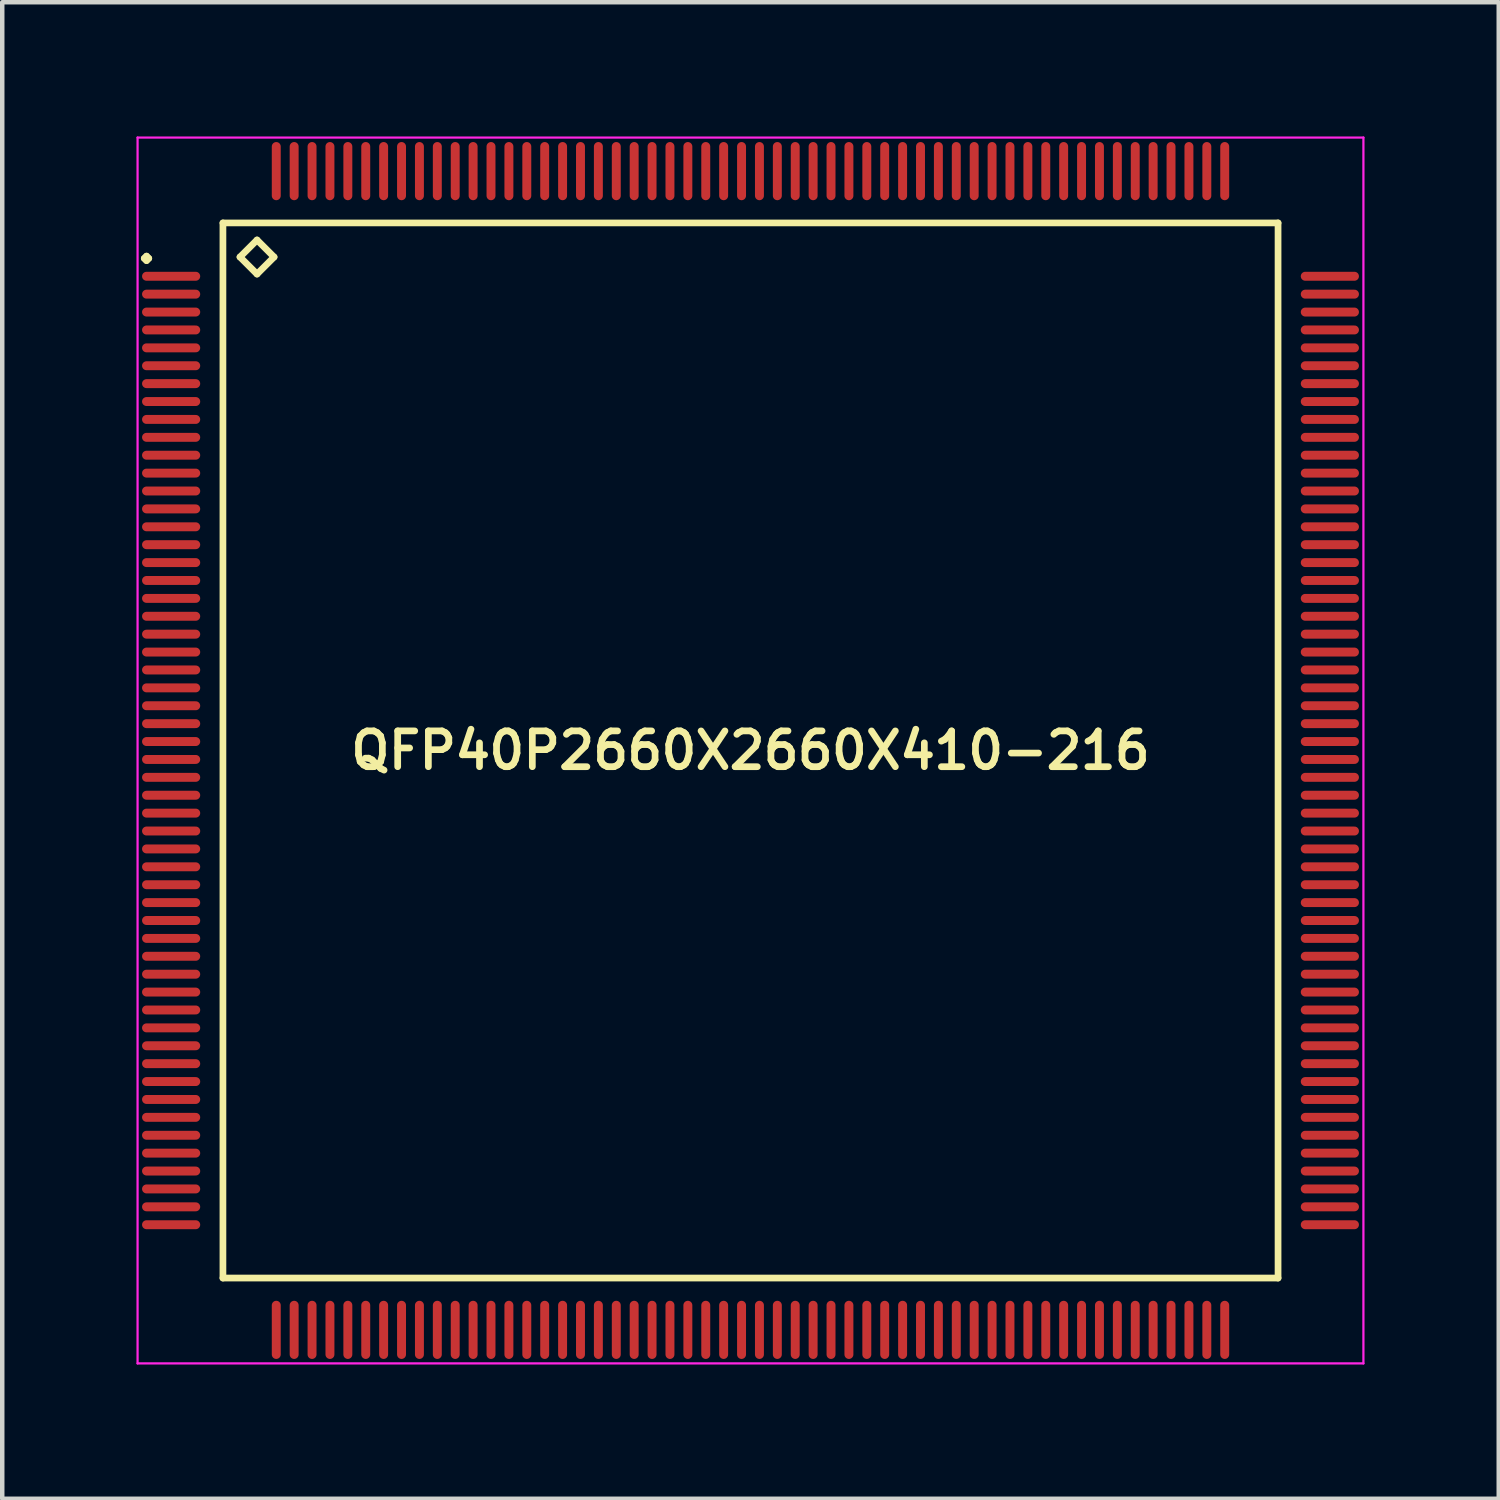
<source format=kicad_pcb>
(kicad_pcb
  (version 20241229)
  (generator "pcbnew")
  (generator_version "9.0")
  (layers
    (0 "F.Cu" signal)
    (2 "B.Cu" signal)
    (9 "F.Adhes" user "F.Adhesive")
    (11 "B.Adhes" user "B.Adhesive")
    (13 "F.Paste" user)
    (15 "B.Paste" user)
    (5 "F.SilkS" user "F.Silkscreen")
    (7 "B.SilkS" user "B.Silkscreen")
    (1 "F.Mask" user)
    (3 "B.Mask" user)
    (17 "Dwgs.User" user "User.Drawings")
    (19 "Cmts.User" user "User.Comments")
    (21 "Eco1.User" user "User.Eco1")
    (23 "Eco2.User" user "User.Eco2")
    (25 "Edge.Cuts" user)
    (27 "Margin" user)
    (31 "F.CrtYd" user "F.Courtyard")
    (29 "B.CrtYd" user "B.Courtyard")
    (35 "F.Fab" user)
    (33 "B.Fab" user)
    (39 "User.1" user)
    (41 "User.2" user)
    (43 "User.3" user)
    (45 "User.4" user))
  (footprint "QFP40P2660X2660X410-216"
    (layer "F.Cu")
    (at 13.725 13.725)
    (property "Reference" "QFP40P2660X2660X410-216" (at 0 0 0) (layer "F.SilkS") (effects (font (size 0.8 0.8) (thickness 0.15))))
    (attr smd)
    (fp_line (start -13.55 -11) (end -13.5 -11.05) (stroke (width 0.15) (type solid)) (layer "F.SilkS"))
    (fp_line (start -13.5 -11.05) (end -13.45 -11) (stroke (width 0.15) (type solid)) (layer "F.SilkS"))
    (fp_line (start -13.5 -10.95) (end -13.55 -11) (stroke (width 0.15) (type solid)) (layer "F.SilkS"))
    (fp_line (start -13.45 -11) (end -13.5 -10.95) (stroke (width 0.15) (type solid)) (layer "F.SilkS"))
    (fp_line (start -11.792 -11.792) (end -11.792 11.792) (stroke (width 0.15) (type solid)) (layer "F.SilkS"))
    (fp_line (start -11.792 11.792) (end 11.792 11.792) (stroke (width 0.15) (type solid)) (layer "F.SilkS"))
    (fp_line (start -11.411 -11.03) (end -11.03 -11.411) (stroke (width 0.15) (type solid)) (layer "F.SilkS"))
    (fp_line (start -11.03 -11.411) (end -10.649 -11.03) (stroke (width 0.15) (type solid)) (layer "F.SilkS"))
    (fp_line (start -11.03 -10.649) (end -11.411 -11.03) (stroke (width 0.15) (type solid)) (layer "F.SilkS"))
    (fp_line (start -10.649 -11.03) (end -11.03 -10.649) (stroke (width 0.15) (type solid)) (layer "F.SilkS"))
    (fp_line (start 11.792 -11.792) (end -11.792 -11.792) (stroke (width 0.15) (type solid)) (layer "F.SilkS"))
    (fp_line (start 11.792 11.792) (end 11.792 -11.792) (stroke (width 0.15) (type solid)) (layer "F.SilkS"))
    (fp_line (start -13.7 -13.7) (end 13.7 -13.7) (stroke (width 0.05) (type solid)) (layer "F.CrtYd"))
    (fp_line (start -13.7 13.7) (end -13.7 -13.7) (stroke (width 0.05) (type solid)) (layer "F.CrtYd"))
    (fp_line (start 13.7 -13.7) (end 13.7 13.7) (stroke (width 0.05) (type solid)) (layer "F.CrtYd"))
    (fp_line (start 13.7 13.7) (end -13.7 13.7) (stroke (width 0.05) (type solid)) (layer "F.CrtYd"))
    (pad "1" smd oval (at -12.95 -10.6) (size 1.3 0.2) (layers "F.Cu" "F.Mask" "F.Paste"))
    (pad "2" smd oval (at -12.95 -10.2) (size 1.3 0.2) (layers "F.Cu" "F.Mask" "F.Paste"))
    (pad "3" smd oval (at -12.95 -9.8) (size 1.3 0.2) (layers "F.Cu" "F.Mask" "F.Paste"))
    (pad "4" smd oval (at -12.95 -9.4) (size 1.3 0.2) (layers "F.Cu" "F.Mask" "F.Paste"))
    (pad "5" smd oval (at -12.95 -9) (size 1.3 0.2) (layers "F.Cu" "F.Mask" "F.Paste"))
    (pad "6" smd oval (at -12.95 -8.6) (size 1.3 0.2) (layers "F.Cu" "F.Mask" "F.Paste"))
    (pad "7" smd oval (at -12.95 -8.2) (size 1.3 0.2) (layers "F.Cu" "F.Mask" "F.Paste"))
    (pad "8" smd oval (at -12.95 -7.8) (size 1.3 0.2) (layers "F.Cu" "F.Mask" "F.Paste"))
    (pad "9" smd oval (at -12.95 -7.4) (size 1.3 0.2) (layers "F.Cu" "F.Mask" "F.Paste"))
    (pad "10" smd oval (at -12.95 -7) (size 1.3 0.2) (layers "F.Cu" "F.Mask" "F.Paste"))
    (pad "11" smd oval (at -12.95 -6.6) (size 1.3 0.2) (layers "F.Cu" "F.Mask" "F.Paste"))
    (pad "12" smd oval (at -12.95 -6.2) (size 1.3 0.2) (layers "F.Cu" "F.Mask" "F.Paste"))
    (pad "13" smd oval (at -12.95 -5.8) (size 1.3 0.2) (layers "F.Cu" "F.Mask" "F.Paste"))
    (pad "14" smd oval (at -12.95 -5.4) (size 1.3 0.2) (layers "F.Cu" "F.Mask" "F.Paste"))
    (pad "15" smd oval (at -12.95 -5) (size 1.3 0.2) (layers "F.Cu" "F.Mask" "F.Paste"))
    (pad "16" smd oval (at -12.95 -4.6) (size 1.3 0.2) (layers "F.Cu" "F.Mask" "F.Paste"))
    (pad "17" smd oval (at -12.95 -4.2) (size 1.3 0.2) (layers "F.Cu" "F.Mask" "F.Paste"))
    (pad "18" smd oval (at -12.95 -3.8) (size 1.3 0.2) (layers "F.Cu" "F.Mask" "F.Paste"))
    (pad "19" smd oval (at -12.95 -3.4) (size 1.3 0.2) (layers "F.Cu" "F.Mask" "F.Paste"))
    (pad "20" smd oval (at -12.95 -3) (size 1.3 0.2) (layers "F.Cu" "F.Mask" "F.Paste"))
    (pad "21" smd oval (at -12.95 -2.6) (size 1.3 0.2) (layers "F.Cu" "F.Mask" "F.Paste"))
    (pad "22" smd oval (at -12.95 -2.2) (size 1.3 0.2) (layers "F.Cu" "F.Mask" "F.Paste"))
    (pad "23" smd oval (at -12.95 -1.8) (size 1.3 0.2) (layers "F.Cu" "F.Mask" "F.Paste"))
    (pad "24" smd oval (at -12.95 -1.4) (size 1.3 0.2) (layers "F.Cu" "F.Mask" "F.Paste"))
    (pad "25" smd oval (at -12.95 -1) (size 1.3 0.2) (layers "F.Cu" "F.Mask" "F.Paste"))
    (pad "26" smd oval (at -12.95 -0.6) (size 1.3 0.2) (layers "F.Cu" "F.Mask" "F.Paste"))
    (pad "27" smd oval (at -12.95 -0.2) (size 1.3 0.2) (layers "F.Cu" "F.Mask" "F.Paste"))
    (pad "28" smd oval (at -12.95 0.2) (size 1.3 0.2) (layers "F.Cu" "F.Mask" "F.Paste"))
    (pad "29" smd oval (at -12.95 0.6) (size 1.3 0.2) (layers "F.Cu" "F.Mask" "F.Paste"))
    (pad "30" smd oval (at -12.95 1) (size 1.3 0.2) (layers "F.Cu" "F.Mask" "F.Paste"))
    (pad "31" smd oval (at -12.95 1.4) (size 1.3 0.2) (layers "F.Cu" "F.Mask" "F.Paste"))
    (pad "32" smd oval (at -12.95 1.8) (size 1.3 0.2) (layers "F.Cu" "F.Mask" "F.Paste"))
    (pad "33" smd oval (at -12.95 2.2) (size 1.3 0.2) (layers "F.Cu" "F.Mask" "F.Paste"))
    (pad "34" smd oval (at -12.95 2.6) (size 1.3 0.2) (layers "F.Cu" "F.Mask" "F.Paste"))
    (pad "35" smd oval (at -12.95 3) (size 1.3 0.2) (layers "F.Cu" "F.Mask" "F.Paste"))
    (pad "36" smd oval (at -12.95 3.4) (size 1.3 0.2) (layers "F.Cu" "F.Mask" "F.Paste"))
    (pad "37" smd oval (at -12.95 3.8) (size 1.3 0.2) (layers "F.Cu" "F.Mask" "F.Paste"))
    (pad "38" smd oval (at -12.95 4.2) (size 1.3 0.2) (layers "F.Cu" "F.Mask" "F.Paste"))
    (pad "39" smd oval (at -12.95 4.6) (size 1.3 0.2) (layers "F.Cu" "F.Mask" "F.Paste"))
    (pad "40" smd oval (at -12.95 5) (size 1.3 0.2) (layers "F.Cu" "F.Mask" "F.Paste"))
    (pad "41" smd oval (at -12.95 5.4) (size 1.3 0.2) (layers "F.Cu" "F.Mask" "F.Paste"))
    (pad "42" smd oval (at -12.95 5.8) (size 1.3 0.2) (layers "F.Cu" "F.Mask" "F.Paste"))
    (pad "43" smd oval (at -12.95 6.2) (size 1.3 0.2) (layers "F.Cu" "F.Mask" "F.Paste"))
    (pad "44" smd oval (at -12.95 6.6) (size 1.3 0.2) (layers "F.Cu" "F.Mask" "F.Paste"))
    (pad "45" smd oval (at -12.95 7) (size 1.3 0.2) (layers "F.Cu" "F.Mask" "F.Paste"))
    (pad "46" smd oval (at -12.95 7.4) (size 1.3 0.2) (layers "F.Cu" "F.Mask" "F.Paste"))
    (pad "47" smd oval (at -12.95 7.8) (size 1.3 0.2) (layers "F.Cu" "F.Mask" "F.Paste"))
    (pad "48" smd oval (at -12.95 8.2) (size 1.3 0.2) (layers "F.Cu" "F.Mask" "F.Paste"))
    (pad "49" smd oval (at -12.95 8.6) (size 1.3 0.2) (layers "F.Cu" "F.Mask" "F.Paste"))
    (pad "50" smd oval (at -12.95 9) (size 1.3 0.2) (layers "F.Cu" "F.Mask" "F.Paste"))
    (pad "51" smd oval (at -12.95 9.4) (size 1.3 0.2) (layers "F.Cu" "F.Mask" "F.Paste"))
    (pad "52" smd oval (at -12.95 9.8) (size 1.3 0.2) (layers "F.Cu" "F.Mask" "F.Paste"))
    (pad "53" smd oval (at -12.95 10.2) (size 1.3 0.2) (layers "F.Cu" "F.Mask" "F.Paste"))
    (pad "54" smd oval (at -12.95 10.6) (size 1.3 0.2) (layers "F.Cu" "F.Mask" "F.Paste"))
    (pad "55" smd oval (at -10.6 12.95) (size 0.2 1.3) (layers "F.Cu" "F.Mask" "F.Paste"))
    (pad "56" smd oval (at -10.2 12.95) (size 0.2 1.3) (layers "F.Cu" "F.Mask" "F.Paste"))
    (pad "57" smd oval (at -9.8 12.95) (size 0.2 1.3) (layers "F.Cu" "F.Mask" "F.Paste"))
    (pad "58" smd oval (at -9.4 12.95) (size 0.2 1.3) (layers "F.Cu" "F.Mask" "F.Paste"))
    (pad "59" smd oval (at -9 12.95) (size 0.2 1.3) (layers "F.Cu" "F.Mask" "F.Paste"))
    (pad "60" smd oval (at -8.6 12.95) (size 0.2 1.3) (layers "F.Cu" "F.Mask" "F.Paste"))
    (pad "61" smd oval (at -8.2 12.95) (size 0.2 1.3) (layers "F.Cu" "F.Mask" "F.Paste"))
    (pad "62" smd oval (at -7.8 12.95) (size 0.2 1.3) (layers "F.Cu" "F.Mask" "F.Paste"))
    (pad "63" smd oval (at -7.4 12.95) (size 0.2 1.3) (layers "F.Cu" "F.Mask" "F.Paste"))
    (pad "64" smd oval (at -7 12.95) (size 0.2 1.3) (layers "F.Cu" "F.Mask" "F.Paste"))
    (pad "65" smd oval (at -6.6 12.95) (size 0.2 1.3) (layers "F.Cu" "F.Mask" "F.Paste"))
    (pad "66" smd oval (at -6.2 12.95) (size 0.2 1.3) (layers "F.Cu" "F.Mask" "F.Paste"))
    (pad "67" smd oval (at -5.8 12.95) (size 0.2 1.3) (layers "F.Cu" "F.Mask" "F.Paste"))
    (pad "68" smd oval (at -5.4 12.95) (size 0.2 1.3) (layers "F.Cu" "F.Mask" "F.Paste"))
    (pad "69" smd oval (at -5 12.95) (size 0.2 1.3) (layers "F.Cu" "F.Mask" "F.Paste"))
    (pad "70" smd oval (at -4.6 12.95) (size 0.2 1.3) (layers "F.Cu" "F.Mask" "F.Paste"))
    (pad "71" smd oval (at -4.2 12.95) (size 0.2 1.3) (layers "F.Cu" "F.Mask" "F.Paste"))
    (pad "72" smd oval (at -3.8 12.95) (size 0.2 1.3) (layers "F.Cu" "F.Mask" "F.Paste"))
    (pad "73" smd oval (at -3.4 12.95) (size 0.2 1.3) (layers "F.Cu" "F.Mask" "F.Paste"))
    (pad "74" smd oval (at -3 12.95) (size 0.2 1.3) (layers "F.Cu" "F.Mask" "F.Paste"))
    (pad "75" smd oval (at -2.6 12.95) (size 0.2 1.3) (layers "F.Cu" "F.Mask" "F.Paste"))
    (pad "76" smd oval (at -2.2 12.95) (size 0.2 1.3) (layers "F.Cu" "F.Mask" "F.Paste"))
    (pad "77" smd oval (at -1.8 12.95) (size 0.2 1.3) (layers "F.Cu" "F.Mask" "F.Paste"))
    (pad "78" smd oval (at -1.4 12.95) (size 0.2 1.3) (layers "F.Cu" "F.Mask" "F.Paste"))
    (pad "79" smd oval (at -1 12.95) (size 0.2 1.3) (layers "F.Cu" "F.Mask" "F.Paste"))
    (pad "80" smd oval (at -0.6 12.95) (size 0.2 1.3) (layers "F.Cu" "F.Mask" "F.Paste"))
    (pad "81" smd oval (at -0.2 12.95) (size 0.2 1.3) (layers "F.Cu" "F.Mask" "F.Paste"))
    (pad "82" smd oval (at 0.2 12.95) (size 0.2 1.3) (layers "F.Cu" "F.Mask" "F.Paste"))
    (pad "83" smd oval (at 0.6 12.95) (size 0.2 1.3) (layers "F.Cu" "F.Mask" "F.Paste"))
    (pad "84" smd oval (at 1 12.95) (size 0.2 1.3) (layers "F.Cu" "F.Mask" "F.Paste"))
    (pad "85" smd oval (at 1.4 12.95) (size 0.2 1.3) (layers "F.Cu" "F.Mask" "F.Paste"))
    (pad "86" smd oval (at 1.8 12.95) (size 0.2 1.3) (layers "F.Cu" "F.Mask" "F.Paste"))
    (pad "87" smd oval (at 2.2 12.95) (size 0.2 1.3) (layers "F.Cu" "F.Mask" "F.Paste"))
    (pad "88" smd oval (at 2.6 12.95) (size 0.2 1.3) (layers "F.Cu" "F.Mask" "F.Paste"))
    (pad "89" smd oval (at 3 12.95) (size 0.2 1.3) (layers "F.Cu" "F.Mask" "F.Paste"))
    (pad "90" smd oval (at 3.4 12.95) (size 0.2 1.3) (layers "F.Cu" "F.Mask" "F.Paste"))
    (pad "91" smd oval (at 3.8 12.95) (size 0.2 1.3) (layers "F.Cu" "F.Mask" "F.Paste"))
    (pad "92" smd oval (at 4.2 12.95) (size 0.2 1.3) (layers "F.Cu" "F.Mask" "F.Paste"))
    (pad "93" smd oval (at 4.6 12.95) (size 0.2 1.3) (layers "F.Cu" "F.Mask" "F.Paste"))
    (pad "94" smd oval (at 5 12.95) (size 0.2 1.3) (layers "F.Cu" "F.Mask" "F.Paste"))
    (pad "95" smd oval (at 5.4 12.95) (size 0.2 1.3) (layers "F.Cu" "F.Mask" "F.Paste"))
    (pad "96" smd oval (at 5.8 12.95) (size 0.2 1.3) (layers "F.Cu" "F.Mask" "F.Paste"))
    (pad "97" smd oval (at 6.2 12.95) (size 0.2 1.3) (layers "F.Cu" "F.Mask" "F.Paste"))
    (pad "98" smd oval (at 6.6 12.95) (size 0.2 1.3) (layers "F.Cu" "F.Mask" "F.Paste"))
    (pad "99" smd oval (at 7 12.95) (size 0.2 1.3) (layers "F.Cu" "F.Mask" "F.Paste"))
    (pad "100" smd oval (at 7.4 12.95) (size 0.2 1.3) (layers "F.Cu" "F.Mask" "F.Paste"))
    (pad "101" smd oval (at 7.8 12.95) (size 0.2 1.3) (layers "F.Cu" "F.Mask" "F.Paste"))
    (pad "102" smd oval (at 8.2 12.95) (size 0.2 1.3) (layers "F.Cu" "F.Mask" "F.Paste"))
    (pad "103" smd oval (at 8.6 12.95) (size 0.2 1.3) (layers "F.Cu" "F.Mask" "F.Paste"))
    (pad "104" smd oval (at 9 12.95) (size 0.2 1.3) (layers "F.Cu" "F.Mask" "F.Paste"))
    (pad "105" smd oval (at 9.4 12.95) (size 0.2 1.3) (layers "F.Cu" "F.Mask" "F.Paste"))
    (pad "106" smd oval (at 9.8 12.95) (size 0.2 1.3) (layers "F.Cu" "F.Mask" "F.Paste"))
    (pad "107" smd oval (at 10.2 12.95) (size 0.2 1.3) (layers "F.Cu" "F.Mask" "F.Paste"))
    (pad "108" smd oval (at 10.6 12.95) (size 0.2 1.3) (layers "F.Cu" "F.Mask" "F.Paste"))
    (pad "109" smd oval (at 12.95 10.6) (size 1.3 0.2) (layers "F.Cu" "F.Mask" "F.Paste"))
    (pad "110" smd oval (at 12.95 10.2) (size 1.3 0.2) (layers "F.Cu" "F.Mask" "F.Paste"))
    (pad "111" smd oval (at 12.95 9.8) (size 1.3 0.2) (layers "F.Cu" "F.Mask" "F.Paste"))
    (pad "112" smd oval (at 12.95 9.4) (size 1.3 0.2) (layers "F.Cu" "F.Mask" "F.Paste"))
    (pad "113" smd oval (at 12.95 9) (size 1.3 0.2) (layers "F.Cu" "F.Mask" "F.Paste"))
    (pad "114" smd oval (at 12.95 8.6) (size 1.3 0.2) (layers "F.Cu" "F.Mask" "F.Paste"))
    (pad "115" smd oval (at 12.95 8.2) (size 1.3 0.2) (layers "F.Cu" "F.Mask" "F.Paste"))
    (pad "116" smd oval (at 12.95 7.8) (size 1.3 0.2) (layers "F.Cu" "F.Mask" "F.Paste"))
    (pad "117" smd oval (at 12.95 7.4) (size 1.3 0.2) (layers "F.Cu" "F.Mask" "F.Paste"))
    (pad "118" smd oval (at 12.95 7) (size 1.3 0.2) (layers "F.Cu" "F.Mask" "F.Paste"))
    (pad "119" smd oval (at 12.95 6.6) (size 1.3 0.2) (layers "F.Cu" "F.Mask" "F.Paste"))
    (pad "120" smd oval (at 12.95 6.2) (size 1.3 0.2) (layers "F.Cu" "F.Mask" "F.Paste"))
    (pad "121" smd oval (at 12.95 5.8) (size 1.3 0.2) (layers "F.Cu" "F.Mask" "F.Paste"))
    (pad "122" smd oval (at 12.95 5.4) (size 1.3 0.2) (layers "F.Cu" "F.Mask" "F.Paste"))
    (pad "123" smd oval (at 12.95 5) (size 1.3 0.2) (layers "F.Cu" "F.Mask" "F.Paste"))
    (pad "124" smd oval (at 12.95 4.6) (size 1.3 0.2) (layers "F.Cu" "F.Mask" "F.Paste"))
    (pad "125" smd oval (at 12.95 4.2) (size 1.3 0.2) (layers "F.Cu" "F.Mask" "F.Paste"))
    (pad "126" smd oval (at 12.95 3.8) (size 1.3 0.2) (layers "F.Cu" "F.Mask" "F.Paste"))
    (pad "127" smd oval (at 12.95 3.4) (size 1.3 0.2) (layers "F.Cu" "F.Mask" "F.Paste"))
    (pad "128" smd oval (at 12.95 3) (size 1.3 0.2) (layers "F.Cu" "F.Mask" "F.Paste"))
    (pad "129" smd oval (at 12.95 2.6) (size 1.3 0.2) (layers "F.Cu" "F.Mask" "F.Paste"))
    (pad "130" smd oval (at 12.95 2.2) (size 1.3 0.2) (layers "F.Cu" "F.Mask" "F.Paste"))
    (pad "131" smd oval (at 12.95 1.8) (size 1.3 0.2) (layers "F.Cu" "F.Mask" "F.Paste"))
    (pad "132" smd oval (at 12.95 1.4) (size 1.3 0.2) (layers "F.Cu" "F.Mask" "F.Paste"))
    (pad "133" smd oval (at 12.95 1) (size 1.3 0.2) (layers "F.Cu" "F.Mask" "F.Paste"))
    (pad "134" smd oval (at 12.95 0.6) (size 1.3 0.2) (layers "F.Cu" "F.Mask" "F.Paste"))
    (pad "135" smd oval (at 12.95 0.2) (size 1.3 0.2) (layers "F.Cu" "F.Mask" "F.Paste"))
    (pad "136" smd oval (at 12.95 -0.2) (size 1.3 0.2) (layers "F.Cu" "F.Mask" "F.Paste"))
    (pad "137" smd oval (at 12.95 -0.6) (size 1.3 0.2) (layers "F.Cu" "F.Mask" "F.Paste"))
    (pad "138" smd oval (at 12.95 -1) (size 1.3 0.2) (layers "F.Cu" "F.Mask" "F.Paste"))
    (pad "139" smd oval (at 12.95 -1.4) (size 1.3 0.2) (layers "F.Cu" "F.Mask" "F.Paste"))
    (pad "140" smd oval (at 12.95 -1.8) (size 1.3 0.2) (layers "F.Cu" "F.Mask" "F.Paste"))
    (pad "141" smd oval (at 12.95 -2.2) (size 1.3 0.2) (layers "F.Cu" "F.Mask" "F.Paste"))
    (pad "142" smd oval (at 12.95 -2.6) (size 1.3 0.2) (layers "F.Cu" "F.Mask" "F.Paste"))
    (pad "143" smd oval (at 12.95 -3) (size 1.3 0.2) (layers "F.Cu" "F.Mask" "F.Paste"))
    (pad "144" smd oval (at 12.95 -3.4) (size 1.3 0.2) (layers "F.Cu" "F.Mask" "F.Paste"))
    (pad "145" smd oval (at 12.95 -3.8) (size 1.3 0.2) (layers "F.Cu" "F.Mask" "F.Paste"))
    (pad "146" smd oval (at 12.95 -4.2) (size 1.3 0.2) (layers "F.Cu" "F.Mask" "F.Paste"))
    (pad "147" smd oval (at 12.95 -4.6) (size 1.3 0.2) (layers "F.Cu" "F.Mask" "F.Paste"))
    (pad "148" smd oval (at 12.95 -5) (size 1.3 0.2) (layers "F.Cu" "F.Mask" "F.Paste"))
    (pad "149" smd oval (at 12.95 -5.4) (size 1.3 0.2) (layers "F.Cu" "F.Mask" "F.Paste"))
    (pad "150" smd oval (at 12.95 -5.8) (size 1.3 0.2) (layers "F.Cu" "F.Mask" "F.Paste"))
    (pad "151" smd oval (at 12.95 -6.2) (size 1.3 0.2) (layers "F.Cu" "F.Mask" "F.Paste"))
    (pad "152" smd oval (at 12.95 -6.6) (size 1.3 0.2) (layers "F.Cu" "F.Mask" "F.Paste"))
    (pad "153" smd oval (at 12.95 -7) (size 1.3 0.2) (layers "F.Cu" "F.Mask" "F.Paste"))
    (pad "154" smd oval (at 12.95 -7.4) (size 1.3 0.2) (layers "F.Cu" "F.Mask" "F.Paste"))
    (pad "155" smd oval (at 12.95 -7.8) (size 1.3 0.2) (layers "F.Cu" "F.Mask" "F.Paste"))
    (pad "156" smd oval (at 12.95 -8.2) (size 1.3 0.2) (layers "F.Cu" "F.Mask" "F.Paste"))
    (pad "157" smd oval (at 12.95 -8.6) (size 1.3 0.2) (layers "F.Cu" "F.Mask" "F.Paste"))
    (pad "158" smd oval (at 12.95 -9) (size 1.3 0.2) (layers "F.Cu" "F.Mask" "F.Paste"))
    (pad "159" smd oval (at 12.95 -9.4) (size 1.3 0.2) (layers "F.Cu" "F.Mask" "F.Paste"))
    (pad "160" smd oval (at 12.95 -9.8) (size 1.3 0.2) (layers "F.Cu" "F.Mask" "F.Paste"))
    (pad "161" smd oval (at 12.95 -10.2) (size 1.3 0.2) (layers "F.Cu" "F.Mask" "F.Paste"))
    (pad "162" smd oval (at 12.95 -10.6) (size 1.3 0.2) (layers "F.Cu" "F.Mask" "F.Paste"))
    (pad "163" smd oval (at 10.6 -12.95) (size 0.2 1.3) (layers "F.Cu" "F.Mask" "F.Paste"))
    (pad "164" smd oval (at 10.2 -12.95) (size 0.2 1.3) (layers "F.Cu" "F.Mask" "F.Paste"))
    (pad "165" smd oval (at 9.8 -12.95) (size 0.2 1.3) (layers "F.Cu" "F.Mask" "F.Paste"))
    (pad "166" smd oval (at 9.4 -12.95) (size 0.2 1.3) (layers "F.Cu" "F.Mask" "F.Paste"))
    (pad "167" smd oval (at 9 -12.95) (size 0.2 1.3) (layers "F.Cu" "F.Mask" "F.Paste"))
    (pad "168" smd oval (at 8.6 -12.95) (size 0.2 1.3) (layers "F.Cu" "F.Mask" "F.Paste"))
    (pad "169" smd oval (at 8.2 -12.95) (size 0.2 1.3) (layers "F.Cu" "F.Mask" "F.Paste"))
    (pad "170" smd oval (at 7.8 -12.95) (size 0.2 1.3) (layers "F.Cu" "F.Mask" "F.Paste"))
    (pad "171" smd oval (at 7.4 -12.95) (size 0.2 1.3) (layers "F.Cu" "F.Mask" "F.Paste"))
    (pad "172" smd oval (at 7 -12.95) (size 0.2 1.3) (layers "F.Cu" "F.Mask" "F.Paste"))
    (pad "173" smd oval (at 6.6 -12.95) (size 0.2 1.3) (layers "F.Cu" "F.Mask" "F.Paste"))
    (pad "174" smd oval (at 6.2 -12.95) (size 0.2 1.3) (layers "F.Cu" "F.Mask" "F.Paste"))
    (pad "175" smd oval (at 5.8 -12.95) (size 0.2 1.3) (layers "F.Cu" "F.Mask" "F.Paste"))
    (pad "176" smd oval (at 5.4 -12.95) (size 0.2 1.3) (layers "F.Cu" "F.Mask" "F.Paste"))
    (pad "177" smd oval (at 5 -12.95) (size 0.2 1.3) (layers "F.Cu" "F.Mask" "F.Paste"))
    (pad "178" smd oval (at 4.6 -12.95) (size 0.2 1.3) (layers "F.Cu" "F.Mask" "F.Paste"))
    (pad "179" smd oval (at 4.2 -12.95) (size 0.2 1.3) (layers "F.Cu" "F.Mask" "F.Paste"))
    (pad "180" smd oval (at 3.8 -12.95) (size 0.2 1.3) (layers "F.Cu" "F.Mask" "F.Paste"))
    (pad "181" smd oval (at 3.4 -12.95) (size 0.2 1.3) (layers "F.Cu" "F.Mask" "F.Paste"))
    (pad "182" smd oval (at 3 -12.95) (size 0.2 1.3) (layers "F.Cu" "F.Mask" "F.Paste"))
    (pad "183" smd oval (at 2.6 -12.95) (size 0.2 1.3) (layers "F.Cu" "F.Mask" "F.Paste"))
    (pad "184" smd oval (at 2.2 -12.95) (size 0.2 1.3) (layers "F.Cu" "F.Mask" "F.Paste"))
    (pad "185" smd oval (at 1.8 -12.95) (size 0.2 1.3) (layers "F.Cu" "F.Mask" "F.Paste"))
    (pad "186" smd oval (at 1.4 -12.95) (size 0.2 1.3) (layers "F.Cu" "F.Mask" "F.Paste"))
    (pad "187" smd oval (at 1 -12.95) (size 0.2 1.3) (layers "F.Cu" "F.Mask" "F.Paste"))
    (pad "188" smd oval (at 0.6 -12.95) (size 0.2 1.3) (layers "F.Cu" "F.Mask" "F.Paste"))
    (pad "189" smd oval (at 0.2 -12.95) (size 0.2 1.3) (layers "F.Cu" "F.Mask" "F.Paste"))
    (pad "190" smd oval (at -0.2 -12.95) (size 0.2 1.3) (layers "F.Cu" "F.Mask" "F.Paste"))
    (pad "191" smd oval (at -0.6 -12.95) (size 0.2 1.3) (layers "F.Cu" "F.Mask" "F.Paste"))
    (pad "192" smd oval (at -1 -12.95) (size 0.2 1.3) (layers "F.Cu" "F.Mask" "F.Paste"))
    (pad "193" smd oval (at -1.4 -12.95) (size 0.2 1.3) (layers "F.Cu" "F.Mask" "F.Paste"))
    (pad "194" smd oval (at -1.8 -12.95) (size 0.2 1.3) (layers "F.Cu" "F.Mask" "F.Paste"))
    (pad "195" smd oval (at -2.2 -12.95) (size 0.2 1.3) (layers "F.Cu" "F.Mask" "F.Paste"))
    (pad "196" smd oval (at -2.6 -12.95) (size 0.2 1.3) (layers "F.Cu" "F.Mask" "F.Paste"))
    (pad "197" smd oval (at -3 -12.95) (size 0.2 1.3) (layers "F.Cu" "F.Mask" "F.Paste"))
    (pad "198" smd oval (at -3.4 -12.95) (size 0.2 1.3) (layers "F.Cu" "F.Mask" "F.Paste"))
    (pad "199" smd oval (at -3.8 -12.95) (size 0.2 1.3) (layers "F.Cu" "F.Mask" "F.Paste"))
    (pad "200" smd oval (at -4.2 -12.95) (size 0.2 1.3) (layers "F.Cu" "F.Mask" "F.Paste"))
    (pad "201" smd oval (at -4.6 -12.95) (size 0.2 1.3) (layers "F.Cu" "F.Mask" "F.Paste"))
    (pad "202" smd oval (at -5 -12.95) (size 0.2 1.3) (layers "F.Cu" "F.Mask" "F.Paste"))
    (pad "203" smd oval (at -5.4 -12.95) (size 0.2 1.3) (layers "F.Cu" "F.Mask" "F.Paste"))
    (pad "204" smd oval (at -5.8 -12.95) (size 0.2 1.3) (layers "F.Cu" "F.Mask" "F.Paste"))
    (pad "205" smd oval (at -6.2 -12.95) (size 0.2 1.3) (layers "F.Cu" "F.Mask" "F.Paste"))
    (pad "206" smd oval (at -6.6 -12.95) (size 0.2 1.3) (layers "F.Cu" "F.Mask" "F.Paste"))
    (pad "207" smd oval (at -7 -12.95) (size 0.2 1.3) (layers "F.Cu" "F.Mask" "F.Paste"))
    (pad "208" smd oval (at -7.4 -12.95) (size 0.2 1.3) (layers "F.Cu" "F.Mask" "F.Paste"))
    (pad "209" smd oval (at -7.8 -12.95) (size 0.2 1.3) (layers "F.Cu" "F.Mask" "F.Paste"))
    (pad "210" smd oval (at -8.2 -12.95) (size 0.2 1.3) (layers "F.Cu" "F.Mask" "F.Paste"))
    (pad "211" smd oval (at -8.6 -12.95) (size 0.2 1.3) (layers "F.Cu" "F.Mask" "F.Paste"))
    (pad "212" smd oval (at -9 -12.95) (size 0.2 1.3) (layers "F.Cu" "F.Mask" "F.Paste"))
    (pad "213" smd oval (at -9.4 -12.95) (size 0.2 1.3) (layers "F.Cu" "F.Mask" "F.Paste"))
    (pad "214" smd oval (at -9.8 -12.95) (size 0.2 1.3) (layers "F.Cu" "F.Mask" "F.Paste"))
    (pad "215" smd oval (at -10.2 -12.95) (size 0.2 1.3) (layers "F.Cu" "F.Mask" "F.Paste"))
    (pad "216" smd oval (at -10.6 -12.95) (size 0.2 1.3) (layers "F.Cu" "F.Mask" "F.Paste")))
  (gr_rect
    (start -3 -3)
    (end 30.45 30.45)
    (stroke (width 0.1) (type default))
    (fill no)
    (layer "Edge.Cuts")))
</source>
